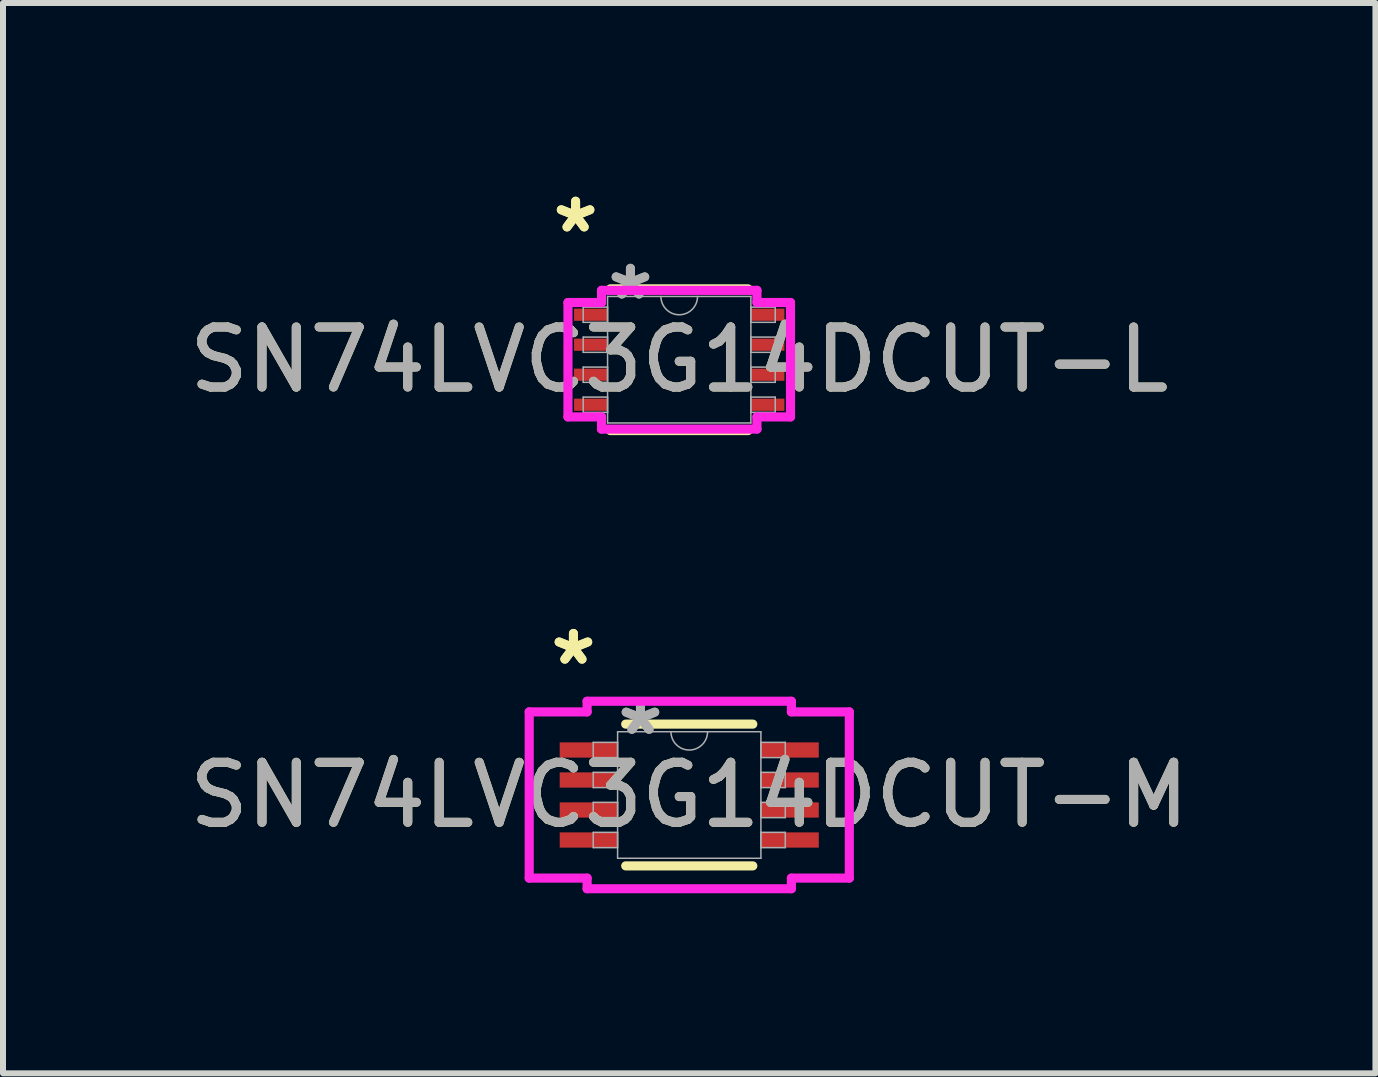
<source format=kicad_pcb>
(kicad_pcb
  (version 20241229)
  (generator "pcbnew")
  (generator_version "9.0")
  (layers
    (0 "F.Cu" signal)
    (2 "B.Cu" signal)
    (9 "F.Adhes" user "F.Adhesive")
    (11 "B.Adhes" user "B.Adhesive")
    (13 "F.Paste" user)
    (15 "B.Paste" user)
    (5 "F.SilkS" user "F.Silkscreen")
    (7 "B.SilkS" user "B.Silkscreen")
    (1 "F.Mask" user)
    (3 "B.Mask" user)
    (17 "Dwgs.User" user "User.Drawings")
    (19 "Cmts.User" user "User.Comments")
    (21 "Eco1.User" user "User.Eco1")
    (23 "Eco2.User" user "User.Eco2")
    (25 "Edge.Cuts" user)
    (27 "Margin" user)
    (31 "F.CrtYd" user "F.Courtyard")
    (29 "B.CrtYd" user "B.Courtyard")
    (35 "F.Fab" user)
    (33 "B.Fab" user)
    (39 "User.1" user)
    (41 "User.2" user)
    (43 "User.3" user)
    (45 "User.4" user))
  (footprint "SN74LVC3G14DCUT-L"
    (layer "F.Cu")
    (at 8.268 2.944)
    (property "Reference" "SN74LVC3G14DCUT-L" (at 0 0 0) (unlocked yes) (layer "F.SilkS") (effects (font (size 1 1) (thickness 0.15))))
    (attr smd)
    (fp_line (start -1.147 1.181) (end 1.147 1.181) (stroke (width 0.152) (type solid)) (layer "F.SilkS"))
    (fp_line (start 1.147 -1.181) (end -1.147 -1.181) (stroke (width 0.152) (type solid)) (layer "F.SilkS"))
    (fp_line (start -1.854 -0.953) (end -1.295 -0.953) (stroke (width 0.152) (type solid)) (layer "F.CrtYd"))
    (fp_line (start -1.854 0.953) (end -1.854 -0.953) (stroke (width 0.152) (type solid)) (layer "F.CrtYd"))
    (fp_line (start -1.854 0.953) (end -1.295 0.953) (stroke (width 0.152) (type solid)) (layer "F.CrtYd"))
    (fp_line (start -1.295 -1.156) (end 1.295 -1.156) (stroke (width 0.152) (type solid)) (layer "F.CrtYd"))
    (fp_line (start -1.295 -0.953) (end -1.295 -1.156) (stroke (width 0.152) (type solid)) (layer "F.CrtYd"))
    (fp_line (start -1.295 1.156) (end -1.295 0.953) (stroke (width 0.152) (type solid)) (layer "F.CrtYd"))
    (fp_line (start 1.295 -1.156) (end 1.295 -0.953) (stroke (width 0.152) (type solid)) (layer "F.CrtYd"))
    (fp_line (start 1.295 0.953) (end 1.295 1.156) (stroke (width 0.152) (type solid)) (layer "F.CrtYd"))
    (fp_line (start 1.295 1.156) (end -1.295 1.156) (stroke (width 0.152) (type solid)) (layer "F.CrtYd"))
    (fp_line (start 1.854 -0.953) (end 1.295 -0.953) (stroke (width 0.152) (type solid)) (layer "F.CrtYd"))
    (fp_line (start 1.854 -0.953) (end 1.854 0.953) (stroke (width 0.152) (type solid)) (layer "F.CrtYd"))
    (fp_line (start 1.854 0.953) (end 1.295 0.953) (stroke (width 0.152) (type solid)) (layer "F.CrtYd"))
    (fp_line (start -1.6 -0.877) (end -1.6 -0.623) (stroke (width 0.025) (type solid)) (layer "F.Fab"))
    (fp_line (start -1.6 -0.623) (end -1.194 -0.623) (stroke (width 0.025) (type solid)) (layer "F.Fab"))
    (fp_line (start -1.6 -0.377) (end -1.6 -0.123) (stroke (width 0.025) (type solid)) (layer "F.Fab"))
    (fp_line (start -1.6 -0.123) (end -1.194 -0.123) (stroke (width 0.025) (type solid)) (layer "F.Fab"))
    (fp_line (start -1.6 0.123) (end -1.6 0.377) (stroke (width 0.025) (type solid)) (layer "F.Fab"))
    (fp_line (start -1.6 0.377) (end -1.194 0.377) (stroke (width 0.025) (type solid)) (layer "F.Fab"))
    (fp_line (start -1.6 0.623) (end -1.6 0.877) (stroke (width 0.025) (type solid)) (layer "F.Fab"))
    (fp_line (start -1.6 0.877) (end -1.194 0.877) (stroke (width 0.025) (type solid)) (layer "F.Fab"))
    (fp_line (start -1.194 -1.054) (end -1.194 1.054) (stroke (width 0.025) (type solid)) (layer "F.Fab"))
    (fp_line (start -1.194 -0.877) (end -1.6 -0.877) (stroke (width 0.025) (type solid)) (layer "F.Fab"))
    (fp_line (start -1.194 -0.623) (end -1.194 -0.877) (stroke (width 0.025) (type solid)) (layer "F.Fab"))
    (fp_line (start -1.194 -0.377) (end -1.6 -0.377) (stroke (width 0.025) (type solid)) (layer "F.Fab"))
    (fp_line (start -1.194 -0.123) (end -1.194 -0.377) (stroke (width 0.025) (type solid)) (layer "F.Fab"))
    (fp_line (start -1.194 0.123) (end -1.6 0.123) (stroke (width 0.025) (type solid)) (layer "F.Fab"))
    (fp_line (start -1.194 0.377) (end -1.194 0.123) (stroke (width 0.025) (type solid)) (layer "F.Fab"))
    (fp_line (start -1.194 0.623) (end -1.6 0.623) (stroke (width 0.025) (type solid)) (layer "F.Fab"))
    (fp_line (start -1.194 0.877) (end -1.194 0.623) (stroke (width 0.025) (type solid)) (layer "F.Fab"))
    (fp_line (start -1.194 1.054) (end 1.194 1.054) (stroke (width 0.025) (type solid)) (layer "F.Fab"))
    (fp_line (start 1.194 -1.054) (end -1.194 -1.054) (stroke (width 0.025) (type solid)) (layer "F.Fab"))
    (fp_line (start 1.194 -0.877) (end 1.194 -0.623) (stroke (width 0.025) (type solid)) (layer "F.Fab"))
    (fp_line (start 1.194 -0.623) (end 1.6 -0.623) (stroke (width 0.025) (type solid)) (layer "F.Fab"))
    (fp_line (start 1.194 -0.377) (end 1.194 -0.123) (stroke (width 0.025) (type solid)) (layer "F.Fab"))
    (fp_line (start 1.194 -0.123) (end 1.6 -0.123) (stroke (width 0.025) (type solid)) (layer "F.Fab"))
    (fp_line (start 1.194 0.123) (end 1.194 0.377) (stroke (width 0.025) (type solid)) (layer "F.Fab"))
    (fp_line (start 1.194 0.377) (end 1.6 0.377) (stroke (width 0.025) (type solid)) (layer "F.Fab"))
    (fp_line (start 1.194 0.623) (end 1.194 0.877) (stroke (width 0.025) (type solid)) (layer "F.Fab"))
    (fp_line (start 1.194 0.877) (end 1.6 0.877) (stroke (width 0.025) (type solid)) (layer "F.Fab"))
    (fp_line (start 1.194 1.054) (end 1.194 -1.054) (stroke (width 0.025) (type solid)) (layer "F.Fab"))
    (fp_line (start 1.6 -0.877) (end 1.194 -0.877) (stroke (width 0.025) (type solid)) (layer "F.Fab"))
    (fp_line (start 1.6 -0.623) (end 1.6 -0.877) (stroke (width 0.025) (type solid)) (layer "F.Fab"))
    (fp_line (start 1.6 -0.377) (end 1.194 -0.377) (stroke (width 0.025) (type solid)) (layer "F.Fab"))
    (fp_line (start 1.6 -0.123) (end 1.6 -0.377) (stroke (width 0.025) (type solid)) (layer "F.Fab"))
    (fp_line (start 1.6 0.123) (end 1.194 0.123) (stroke (width 0.025) (type solid)) (layer "F.Fab"))
    (fp_line (start 1.6 0.377) (end 1.6 0.123) (stroke (width 0.025) (type solid)) (layer "F.Fab"))
    (fp_line (start 1.6 0.623) (end 1.194 0.623) (stroke (width 0.025) (type solid)) (layer "F.Fab"))
    (fp_line (start 1.6 0.877) (end 1.6 0.623) (stroke (width 0.025) (type solid)) (layer "F.Fab"))
    (fp_arc (start 0.3048 -1.0541) (mid 0 -0.7493) (end -0.3048 -1.0541) (stroke (width 0.0254) (type solid)) (layer "F.Fab"))
    (fp_text user "*" (at -1.727 -2.096 0) (layer "F.SilkS") (effects (font (size 1 1) (thickness 0.15))))
    (fp_text user "*" (at -1.727 -2.096 0) (unlocked yes) (layer "F.SilkS") (effects (font (size 1 1) (thickness 0.15))))
    (fp_text user "*" (at -0.813 -0.978 0) (unlocked yes) (layer "F.Fab") (effects (font (size 1 1) (thickness 0.15))))
    (fp_text user "*" (at -0.813 -0.978 0) (layer "F.Fab") (effects (font (size 1 1) (thickness 0.15))))
    (fp_text user "${REFERENCE}" (at 0 0 0) (unlocked yes) (layer "F.Fab") (effects (font (size 1 1) (thickness 0.15))))
    (pad "1" smd rect (at -1.473 -0.75) (size 0.559 0.203) (layers "F.Cu" "F.Mask" "F.Paste"))
    (pad "2" smd rect (at -1.473 -0.25) (size 0.559 0.203) (layers "F.Cu" "F.Mask" "F.Paste"))
    (pad "3" smd rect (at -1.473 0.25) (size 0.559 0.203) (layers "F.Cu" "F.Mask" "F.Paste"))
    (pad "4" smd rect (at -1.473 0.75) (size 0.559 0.203) (layers "F.Cu" "F.Mask" "F.Paste"))
    (pad "5" smd rect (at 1.473 0.75) (size 0.559 0.203) (layers "F.Cu" "F.Mask" "F.Paste"))
    (pad "6" smd rect (at 1.473 0.25) (size 0.559 0.203) (layers "F.Cu" "F.Mask" "F.Paste"))
    (pad "7" smd rect (at 1.473 -0.25) (size 0.559 0.203) (layers "F.Cu" "F.Mask" "F.Paste"))
    (pad "8" smd rect (at 1.473 -0.75) (size 0.559 0.203) (layers "F.Cu" "F.Mask" "F.Paste")))
  (footprint "SN74LVC3G14DCUT-M"
    (layer "F.Cu")
    (at 8.435 10.197)
    (property "Reference" "SN74LVC3G14DCUT-M" (at 0 0 0) (unlocked yes) (layer "F.SilkS") (effects (font (size 1 1) (thickness 0.15))))
    (attr smd)
    (fp_line (start -1.059 1.181) (end 1.059 1.181) (stroke (width 0.152) (type solid)) (layer "F.SilkS"))
    (fp_line (start 1.059 -1.181) (end -1.059 -1.181) (stroke (width 0.152) (type solid)) (layer "F.SilkS"))
    (fp_line (start -2.667 -1.385) (end -1.702 -1.385) (stroke (width 0.152) (type solid)) (layer "F.CrtYd"))
    (fp_line (start -2.667 1.385) (end -2.667 -1.385) (stroke (width 0.152) (type solid)) (layer "F.CrtYd"))
    (fp_line (start -2.667 1.385) (end -1.702 1.385) (stroke (width 0.152) (type solid)) (layer "F.CrtYd"))
    (fp_line (start -1.702 -1.562) (end 1.702 -1.562) (stroke (width 0.152) (type solid)) (layer "F.CrtYd"))
    (fp_line (start -1.702 -1.385) (end -1.702 -1.562) (stroke (width 0.152) (type solid)) (layer "F.CrtYd"))
    (fp_line (start -1.702 1.562) (end -1.702 1.385) (stroke (width 0.152) (type solid)) (layer "F.CrtYd"))
    (fp_line (start 1.702 -1.562) (end 1.702 -1.385) (stroke (width 0.152) (type solid)) (layer "F.CrtYd"))
    (fp_line (start 1.702 1.385) (end 1.702 1.562) (stroke (width 0.152) (type solid)) (layer "F.CrtYd"))
    (fp_line (start 1.702 1.562) (end -1.702 1.562) (stroke (width 0.152) (type solid)) (layer "F.CrtYd"))
    (fp_line (start 2.667 -1.385) (end 1.702 -1.385) (stroke (width 0.152) (type solid)) (layer "F.CrtYd"))
    (fp_line (start 2.667 -1.385) (end 2.667 1.385) (stroke (width 0.152) (type solid)) (layer "F.CrtYd"))
    (fp_line (start 2.667 1.385) (end 1.702 1.385) (stroke (width 0.152) (type solid)) (layer "F.CrtYd"))
    (fp_line (start -1.6 -0.877) (end -1.6 -0.623) (stroke (width 0.025) (type solid)) (layer "F.Fab"))
    (fp_line (start -1.6 -0.623) (end -1.194 -0.623) (stroke (width 0.025) (type solid)) (layer "F.Fab"))
    (fp_line (start -1.6 -0.377) (end -1.6 -0.123) (stroke (width 0.025) (type solid)) (layer "F.Fab"))
    (fp_line (start -1.6 -0.123) (end -1.194 -0.123) (stroke (width 0.025) (type solid)) (layer "F.Fab"))
    (fp_line (start -1.6 0.123) (end -1.6 0.377) (stroke (width 0.025) (type solid)) (layer "F.Fab"))
    (fp_line (start -1.6 0.377) (end -1.194 0.377) (stroke (width 0.025) (type solid)) (layer "F.Fab"))
    (fp_line (start -1.6 0.623) (end -1.6 0.877) (stroke (width 0.025) (type solid)) (layer "F.Fab"))
    (fp_line (start -1.6 0.877) (end -1.194 0.877) (stroke (width 0.025) (type solid)) (layer "F.Fab"))
    (fp_line (start -1.194 -1.054) (end -1.194 1.054) (stroke (width 0.025) (type solid)) (layer "F.Fab"))
    (fp_line (start -1.194 -0.877) (end -1.6 -0.877) (stroke (width 0.025) (type solid)) (layer "F.Fab"))
    (fp_line (start -1.194 -0.623) (end -1.194 -0.877) (stroke (width 0.025) (type solid)) (layer "F.Fab"))
    (fp_line (start -1.194 -0.377) (end -1.6 -0.377) (stroke (width 0.025) (type solid)) (layer "F.Fab"))
    (fp_line (start -1.194 -0.123) (end -1.194 -0.377) (stroke (width 0.025) (type solid)) (layer "F.Fab"))
    (fp_line (start -1.194 0.123) (end -1.6 0.123) (stroke (width 0.025) (type solid)) (layer "F.Fab"))
    (fp_line (start -1.194 0.377) (end -1.194 0.123) (stroke (width 0.025) (type solid)) (layer "F.Fab"))
    (fp_line (start -1.194 0.623) (end -1.6 0.623) (stroke (width 0.025) (type solid)) (layer "F.Fab"))
    (fp_line (start -1.194 0.877) (end -1.194 0.623) (stroke (width 0.025) (type solid)) (layer "F.Fab"))
    (fp_line (start -1.194 1.054) (end 1.194 1.054) (stroke (width 0.025) (type solid)) (layer "F.Fab"))
    (fp_line (start 1.194 -1.054) (end -1.194 -1.054) (stroke (width 0.025) (type solid)) (layer "F.Fab"))
    (fp_line (start 1.194 -0.877) (end 1.194 -0.623) (stroke (width 0.025) (type solid)) (layer "F.Fab"))
    (fp_line (start 1.194 -0.623) (end 1.6 -0.623) (stroke (width 0.025) (type solid)) (layer "F.Fab"))
    (fp_line (start 1.194 -0.377) (end 1.194 -0.123) (stroke (width 0.025) (type solid)) (layer "F.Fab"))
    (fp_line (start 1.194 -0.123) (end 1.6 -0.123) (stroke (width 0.025) (type solid)) (layer "F.Fab"))
    (fp_line (start 1.194 0.123) (end 1.194 0.377) (stroke (width 0.025) (type solid)) (layer "F.Fab"))
    (fp_line (start 1.194 0.377) (end 1.6 0.377) (stroke (width 0.025) (type solid)) (layer "F.Fab"))
    (fp_line (start 1.194 0.623) (end 1.194 0.877) (stroke (width 0.025) (type solid)) (layer "F.Fab"))
    (fp_line (start 1.194 0.877) (end 1.6 0.877) (stroke (width 0.025) (type solid)) (layer "F.Fab"))
    (fp_line (start 1.194 1.054) (end 1.194 -1.054) (stroke (width 0.025) (type solid)) (layer "F.Fab"))
    (fp_line (start 1.6 -0.877) (end 1.194 -0.877) (stroke (width 0.025) (type solid)) (layer "F.Fab"))
    (fp_line (start 1.6 -0.623) (end 1.6 -0.877) (stroke (width 0.025) (type solid)) (layer "F.Fab"))
    (fp_line (start 1.6 -0.377) (end 1.194 -0.377) (stroke (width 0.025) (type solid)) (layer "F.Fab"))
    (fp_line (start 1.6 -0.123) (end 1.6 -0.377) (stroke (width 0.025) (type solid)) (layer "F.Fab"))
    (fp_line (start 1.6 0.123) (end 1.194 0.123) (stroke (width 0.025) (type solid)) (layer "F.Fab"))
    (fp_line (start 1.6 0.377) (end 1.6 0.123) (stroke (width 0.025) (type solid)) (layer "F.Fab"))
    (fp_line (start 1.6 0.623) (end 1.194 0.623) (stroke (width 0.025) (type solid)) (layer "F.Fab"))
    (fp_line (start 1.6 0.877) (end 1.6 0.623) (stroke (width 0.025) (type solid)) (layer "F.Fab"))
    (fp_arc (start 0.3048 -1.0541) (mid 0 -0.7493) (end -0.3048 -1.0541) (stroke (width 0.0254) (type solid)) (layer "F.Fab"))
    (fp_text user "*" (at -1.93 -2.147 0) (unlocked yes) (layer "F.SilkS") (effects (font (size 1 1) (thickness 0.15))))
    (fp_text user "*" (at -1.93 -2.147 0) (layer "F.SilkS") (effects (font (size 1 1) (thickness 0.15))))
    (fp_text user "*" (at -0.813 -0.978 0) (unlocked yes) (layer "F.Fab") (effects (font (size 1 1) (thickness 0.15))))
    (fp_text user "${REFERENCE}" (at 0 0 0) (unlocked yes) (layer "F.Fab") (effects (font (size 1 1) (thickness 0.15))))
    (fp_text user "*" (at -0.813 -0.978 0) (layer "F.Fab") (effects (font (size 1 1) (thickness 0.15))))
    (pad "1" smd rect (at -1.676 -0.75) (size 0.965 0.254) (layers "F.Cu" "F.Mask" "F.Paste"))
    (pad "2" smd rect (at -1.676 -0.25) (size 0.965 0.254) (layers "F.Cu" "F.Mask" "F.Paste"))
    (pad "3" smd rect (at -1.676 0.25) (size 0.965 0.254) (layers "F.Cu" "F.Mask" "F.Paste"))
    (pad "4" smd rect (at -1.676 0.75) (size 0.965 0.254) (layers "F.Cu" "F.Mask" "F.Paste"))
    (pad "5" smd rect (at 1.676 0.75) (size 0.965 0.254) (layers "F.Cu" "F.Mask" "F.Paste"))
    (pad "6" smd rect (at 1.676 0.25) (size 0.965 0.254) (layers "F.Cu" "F.Mask" "F.Paste"))
    (pad "7" smd rect (at 1.676 -0.25) (size 0.965 0.254) (layers "F.Cu" "F.Mask" "F.Paste"))
    (pad "8" smd rect (at 1.676 -0.75) (size 0.965 0.254) (layers "F.Cu" "F.Mask" "F.Paste")))
  (gr_rect
    (start -3 -3)
    (end 19.869 14.835)
    (stroke (width 0.1) (type default))
    (fill no)
    (layer "Edge.Cuts")))
</source>
